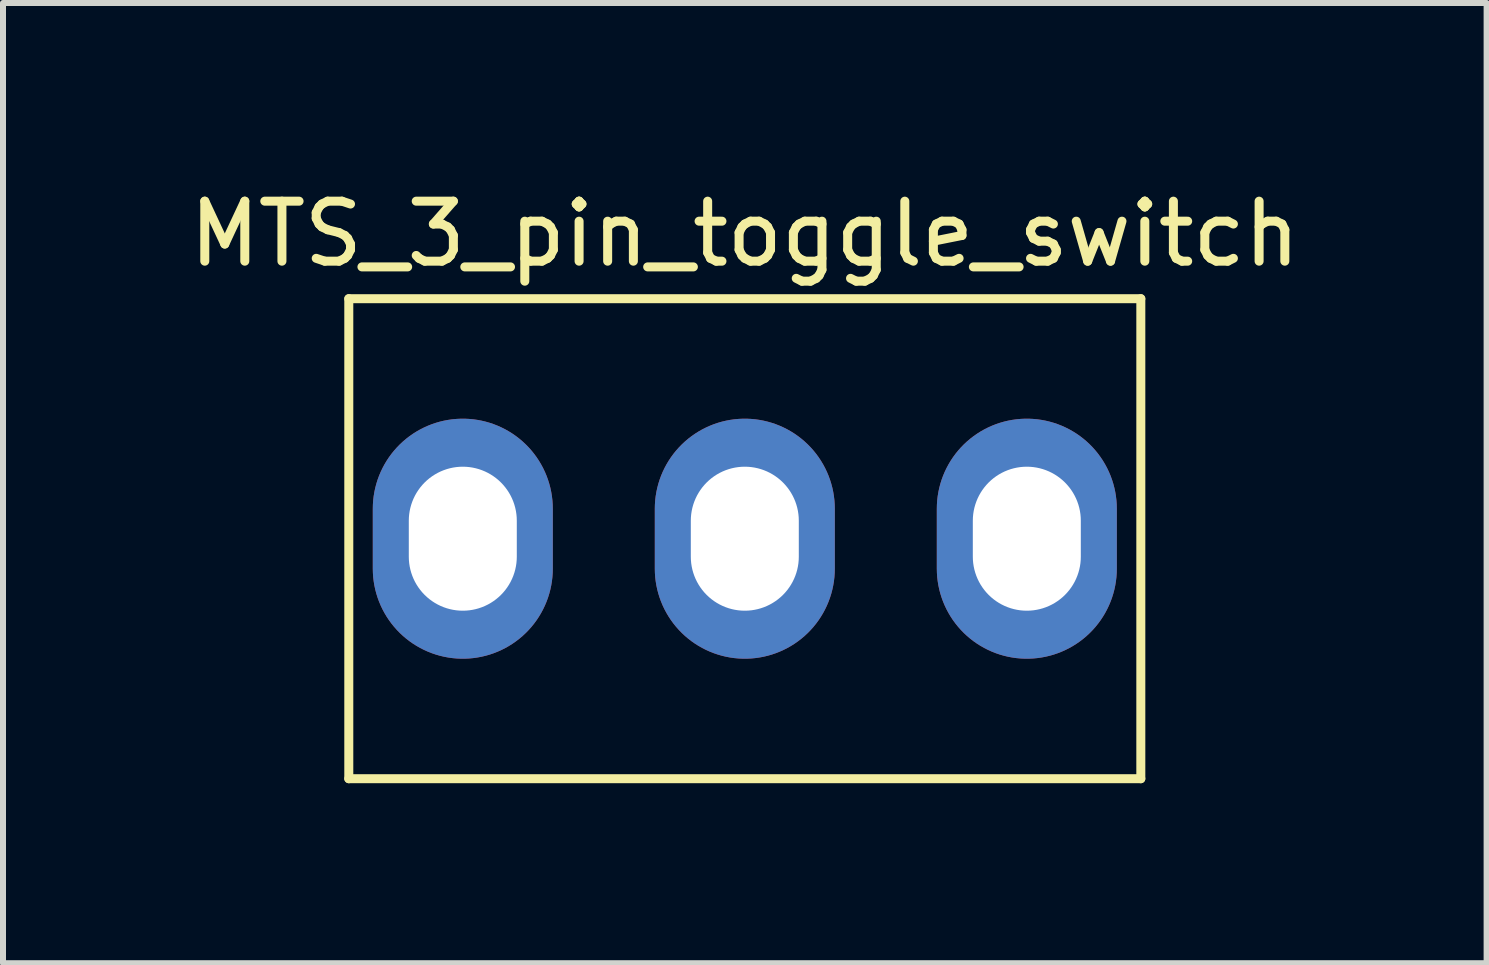
<source format=kicad_pcb>
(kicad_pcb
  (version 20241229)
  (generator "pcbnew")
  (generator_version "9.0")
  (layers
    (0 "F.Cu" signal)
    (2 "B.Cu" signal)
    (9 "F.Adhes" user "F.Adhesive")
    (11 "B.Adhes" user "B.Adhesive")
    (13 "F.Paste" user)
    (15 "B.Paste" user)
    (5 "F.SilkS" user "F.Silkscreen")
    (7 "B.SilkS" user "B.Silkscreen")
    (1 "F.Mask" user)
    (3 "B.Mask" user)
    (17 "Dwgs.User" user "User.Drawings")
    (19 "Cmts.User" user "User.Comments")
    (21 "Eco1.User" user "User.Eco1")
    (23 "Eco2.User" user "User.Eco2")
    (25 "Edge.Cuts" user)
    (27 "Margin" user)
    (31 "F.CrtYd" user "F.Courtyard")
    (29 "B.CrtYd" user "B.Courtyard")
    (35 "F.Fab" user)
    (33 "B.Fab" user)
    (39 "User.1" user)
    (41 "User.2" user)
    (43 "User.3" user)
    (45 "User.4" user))
  (footprint "MTS_3_pin_toggle_switch"
    (layer "F.Cu")
    (at 9.363 5.928)
    (property "Reference" "MTS_3_pin_toggle_switch" (at 0 -5.08 0) (layer "F.SilkS") (effects (font (size 1 1) (thickness 0.15))))
    (attr through_hole)
    (fp_line (start -6.6 -4) (end 6.6 -4) (stroke (width 0.15) (type solid)) (layer "F.SilkS"))
    (fp_line (start -6.6 4) (end -6.6 -4) (stroke (width 0.15) (type solid)) (layer "F.SilkS"))
    (fp_line (start -6.6 4) (end 6.6 4) (stroke (width 0.15) (type solid)) (layer "F.SilkS"))
    (fp_line (start 6.6 -4) (end 6.6 4) (stroke (width 0.15) (type solid)) (layer "F.SilkS"))
    (pad "1" thru_hole oval (at -4.7 0) (size 3 4) (drill oval 1.8 2.4) (layers "*.Cu" "*.Mask"))
    (pad "2" thru_hole oval (at 0 0) (size 3 4) (drill oval 1.8 2.4) (layers "*.Cu" "*.Mask"))
    (pad "3" thru_hole oval (at 4.7 0) (size 3 4) (drill oval 1.8 2.4) (layers "*.Cu" "*.Mask")))
  (gr_rect
    (start -3 -3)
    (end 21.726 13.003)
    (stroke (width 0.1) (type default))
    (fill no)
    (layer "Edge.Cuts")))
</source>
